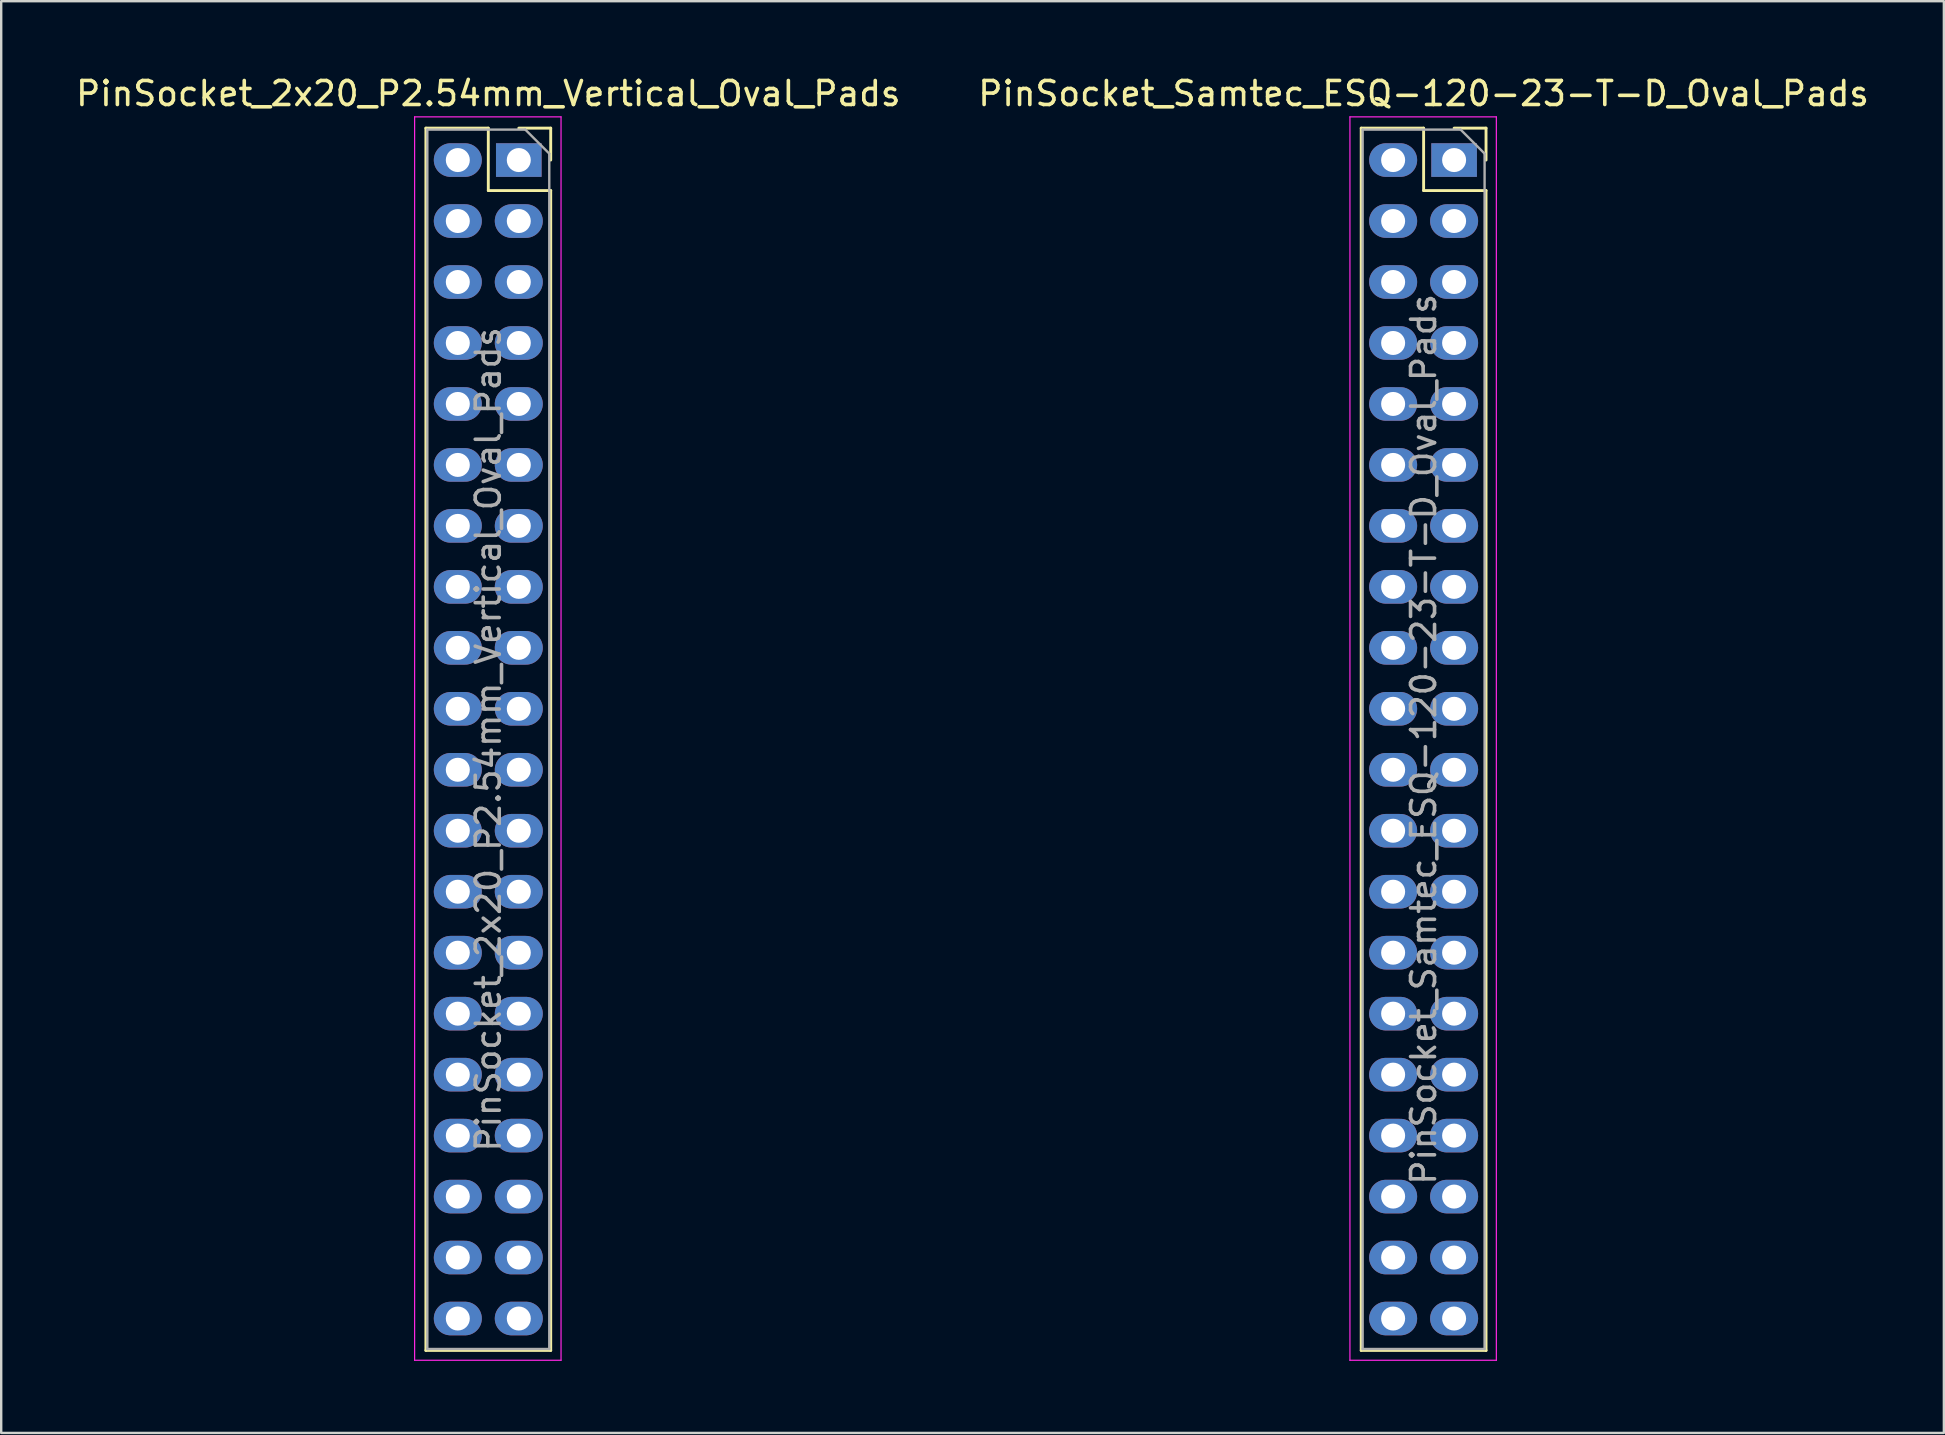
<source format=kicad_pcb>
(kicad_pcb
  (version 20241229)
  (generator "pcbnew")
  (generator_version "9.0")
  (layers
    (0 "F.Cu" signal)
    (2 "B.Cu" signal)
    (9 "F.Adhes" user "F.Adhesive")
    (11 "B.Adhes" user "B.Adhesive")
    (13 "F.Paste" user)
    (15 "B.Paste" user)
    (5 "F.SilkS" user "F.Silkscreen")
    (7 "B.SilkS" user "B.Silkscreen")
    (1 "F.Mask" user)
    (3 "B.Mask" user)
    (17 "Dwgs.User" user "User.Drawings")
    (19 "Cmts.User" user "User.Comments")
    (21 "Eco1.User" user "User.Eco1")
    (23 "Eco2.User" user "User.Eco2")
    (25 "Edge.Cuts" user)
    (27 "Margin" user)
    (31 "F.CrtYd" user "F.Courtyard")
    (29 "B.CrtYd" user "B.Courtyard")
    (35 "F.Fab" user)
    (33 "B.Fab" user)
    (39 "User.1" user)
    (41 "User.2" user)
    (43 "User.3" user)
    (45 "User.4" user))
  (footprint "PinSocket_Samtec_ESQ-120-23-T-D_Oval_Pads"
    (layer "F.Cu")
    (at 57.526 3.618)
    (property "Reference" "PinSocket_Samtec_ESQ-120-23-T-D_Oval_Pads" (at -1.27 -2.77 0) (layer "F.SilkS") (effects (font (size 1 1) (thickness 0.15))))
    (attr through_hole)
    (fp_line (start -3.87 -1.33) (end -3.87 49.59) (stroke (width 0.12) (type solid)) (layer "F.SilkS"))
    (fp_line (start -3.87 -1.33) (end -1.27 -1.33) (stroke (width 0.12) (type solid)) (layer "F.SilkS"))
    (fp_line (start -3.87 49.59) (end 1.33 49.59) (stroke (width 0.12) (type solid)) (layer "F.SilkS"))
    (fp_line (start -1.27 -1.33) (end -1.27 1.27) (stroke (width 0.12) (type solid)) (layer "F.SilkS"))
    (fp_line (start -1.27 1.27) (end 1.33 1.27) (stroke (width 0.12) (type solid)) (layer "F.SilkS"))
    (fp_line (start 0 -1.33) (end 1.33 -1.33) (stroke (width 0.12) (type solid)) (layer "F.SilkS"))
    (fp_line (start 1.33 -1.33) (end 1.33 0) (stroke (width 0.12) (type solid)) (layer "F.SilkS"))
    (fp_line (start 1.33 1.27) (end 1.33 49.59) (stroke (width 0.12) (type solid)) (layer "F.SilkS"))
    (fp_line (start -4.34 -1.8) (end 1.76 -1.8) (stroke (width 0.05) (type solid)) (layer "F.CrtYd"))
    (fp_line (start -4.34 50) (end -4.34 -1.8) (stroke (width 0.05) (type solid)) (layer "F.CrtYd"))
    (fp_line (start 1.76 -1.8) (end 1.76 50) (stroke (width 0.05) (type solid)) (layer "F.CrtYd"))
    (fp_line (start 1.76 50) (end -4.34 50) (stroke (width 0.05) (type solid)) (layer "F.CrtYd"))
    (fp_line (start -3.81 -1.27) (end 0.27 -1.27) (stroke (width 0.1) (type solid)) (layer "F.Fab"))
    (fp_line (start -3.81 49.53) (end -3.81 -1.27) (stroke (width 0.1) (type solid)) (layer "F.Fab"))
    (fp_line (start 0.27 -1.27) (end 1.27 -0.27) (stroke (width 0.1) (type solid)) (layer "F.Fab"))
    (fp_line (start 1.27 -0.27) (end 1.27 49.53) (stroke (width 0.1) (type solid)) (layer "F.Fab"))
    (fp_line (start 1.27 49.53) (end -3.81 49.53) (stroke (width 0.1) (type solid)) (layer "F.Fab"))
    (fp_text user "${REFERENCE}" (at -1.27 24.13 90) (layer "F.Fab") (effects (font (size 1 1) (thickness 0.15))))
    (pad "1" thru_hole rect (at 0 0) (size 1.9 1.4) (drill 1) (layers "*.Cu" "*.Mask"))
    (pad "2" thru_hole oval (at -2.54 0) (size 2 1.4) (drill 1) (layers "*.Cu" "*.Mask"))
    (pad "3" thru_hole oval (at 0 2.54) (size 2 1.4) (drill 1) (layers "*.Cu" "*.Mask"))
    (pad "4" thru_hole oval (at -2.54 2.54) (size 2 1.4) (drill 1) (layers "*.Cu" "*.Mask"))
    (pad "5" thru_hole oval (at 0 5.08) (size 2 1.4) (drill 1) (layers "*.Cu" "*.Mask"))
    (pad "6" thru_hole oval (at -2.54 5.08) (size 2 1.4) (drill 1) (layers "*.Cu" "*.Mask"))
    (pad "7" thru_hole oval (at 0 7.62) (size 2 1.4) (drill 1) (layers "*.Cu" "*.Mask"))
    (pad "8" thru_hole oval (at -2.54 7.62) (size 2 1.4) (drill 1) (layers "*.Cu" "*.Mask"))
    (pad "9" thru_hole oval (at 0 10.16) (size 2 1.4) (drill 1) (layers "*.Cu" "*.Mask"))
    (pad "10" thru_hole oval (at -2.54 10.16) (size 2 1.4) (drill 1) (layers "*.Cu" "*.Mask"))
    (pad "11" thru_hole oval (at 0 12.7) (size 2 1.4) (drill 1) (layers "*.Cu" "*.Mask"))
    (pad "12" thru_hole oval (at -2.54 12.7) (size 2 1.4) (drill 1) (layers "*.Cu" "*.Mask"))
    (pad "13" thru_hole oval (at 0 15.24) (size 2 1.4) (drill 1) (layers "*.Cu" "*.Mask"))
    (pad "14" thru_hole oval (at -2.54 15.24) (size 2 1.4) (drill 1) (layers "*.Cu" "*.Mask"))
    (pad "15" thru_hole oval (at 0 17.78) (size 2 1.4) (drill 1) (layers "*.Cu" "*.Mask"))
    (pad "16" thru_hole oval (at -2.54 17.78) (size 2 1.4) (drill 1) (layers "*.Cu" "*.Mask"))
    (pad "17" thru_hole oval (at 0 20.32) (size 2 1.4) (drill 1) (layers "*.Cu" "*.Mask"))
    (pad "18" thru_hole oval (at -2.54 20.32) (size 2 1.4) (drill 1) (layers "*.Cu" "*.Mask"))
    (pad "19" thru_hole oval (at 0 22.86) (size 2 1.4) (drill 1) (layers "*.Cu" "*.Mask"))
    (pad "20" thru_hole oval (at -2.54 22.86) (size 2 1.4) (drill 1) (layers "*.Cu" "*.Mask"))
    (pad "21" thru_hole oval (at 0 25.4) (size 2 1.4) (drill 1) (layers "*.Cu" "*.Mask"))
    (pad "22" thru_hole oval (at -2.54 25.4) (size 2 1.4) (drill 1) (layers "*.Cu" "*.Mask"))
    (pad "23" thru_hole oval (at 0 27.94) (size 2 1.4) (drill 1) (layers "*.Cu" "*.Mask"))
    (pad "24" thru_hole oval (at -2.54 27.94) (size 2 1.4) (drill 1) (layers "*.Cu" "*.Mask"))
    (pad "25" thru_hole oval (at 0 30.48) (size 2 1.4) (drill 1) (layers "*.Cu" "*.Mask"))
    (pad "26" thru_hole oval (at -2.54 30.48) (size 2 1.4) (drill 1) (layers "*.Cu" "*.Mask"))
    (pad "27" thru_hole oval (at 0 33.02) (size 2 1.4) (drill 1) (layers "*.Cu" "*.Mask"))
    (pad "28" thru_hole oval (at -2.54 33.02) (size 2 1.4) (drill 1) (layers "*.Cu" "*.Mask"))
    (pad "29" thru_hole oval (at 0 35.56) (size 2 1.4) (drill 1) (layers "*.Cu" "*.Mask"))
    (pad "30" thru_hole oval (at -2.54 35.56) (size 2 1.4) (drill 1) (layers "*.Cu" "*.Mask"))
    (pad "31" thru_hole oval (at 0 38.1) (size 2 1.4) (drill 1) (layers "*.Cu" "*.Mask"))
    (pad "32" thru_hole oval (at -2.54 38.1) (size 2 1.4) (drill 1) (layers "*.Cu" "*.Mask"))
    (pad "33" thru_hole oval (at 0 40.64) (size 2 1.4) (drill 1) (layers "*.Cu" "*.Mask"))
    (pad "34" thru_hole oval (at -2.54 40.64) (size 2 1.4) (drill 1) (layers "*.Cu" "*.Mask"))
    (pad "35" thru_hole oval (at 0 43.18) (size 2 1.4) (drill 1) (layers "*.Cu" "*.Mask"))
    (pad "36" thru_hole oval (at -2.54 43.18) (size 2 1.4) (drill 1) (layers "*.Cu" "*.Mask"))
    (pad "37" thru_hole oval (at 0 45.72) (size 2 1.4) (drill 1) (layers "*.Cu" "*.Mask"))
    (pad "38" thru_hole oval (at -2.54 45.72) (size 2 1.4) (drill 1) (layers "*.Cu" "*.Mask"))
    (pad "39" thru_hole oval (at 0 48.26) (size 2 1.4) (drill 1) (layers "*.Cu" "*.Mask"))
    (pad "40" thru_hole oval (at -2.54 48.26) (size 2 1.4) (drill 1) (layers "*.Cu" "*.Mask")))
  (footprint "PinSocket_2x20_P2.54mm_Vertical_Oval_Pads"
    (layer "F.Cu")
    (at 18.562 3.618)
    (property "Reference" "PinSocket_2x20_P2.54mm_Vertical_Oval_Pads" (at -1.27 -2.77 0) (layer "F.SilkS") (effects (font (size 1 1) (thickness 0.15))))
    (attr through_hole)
    (fp_line (start -3.87 -1.33) (end -3.87 49.59) (stroke (width 0.12) (type solid)) (layer "F.SilkS"))
    (fp_line (start -3.87 -1.33) (end -1.27 -1.33) (stroke (width 0.12) (type solid)) (layer "F.SilkS"))
    (fp_line (start -3.87 49.59) (end 1.33 49.59) (stroke (width 0.12) (type solid)) (layer "F.SilkS"))
    (fp_line (start -1.27 -1.33) (end -1.27 1.27) (stroke (width 0.12) (type solid)) (layer "F.SilkS"))
    (fp_line (start -1.27 1.27) (end 1.33 1.27) (stroke (width 0.12) (type solid)) (layer "F.SilkS"))
    (fp_line (start 0 -1.33) (end 1.33 -1.33) (stroke (width 0.12) (type solid)) (layer "F.SilkS"))
    (fp_line (start 1.33 -1.33) (end 1.33 0) (stroke (width 0.12) (type solid)) (layer "F.SilkS"))
    (fp_line (start 1.33 1.27) (end 1.33 49.59) (stroke (width 0.12) (type solid)) (layer "F.SilkS"))
    (fp_line (start -4.34 -1.8) (end 1.76 -1.8) (stroke (width 0.05) (type solid)) (layer "F.CrtYd"))
    (fp_line (start -4.34 50) (end -4.34 -1.8) (stroke (width 0.05) (type solid)) (layer "F.CrtYd"))
    (fp_line (start 1.76 -1.8) (end 1.76 50) (stroke (width 0.05) (type solid)) (layer "F.CrtYd"))
    (fp_line (start 1.76 50) (end -4.34 50) (stroke (width 0.05) (type solid)) (layer "F.CrtYd"))
    (fp_line (start -3.81 -1.27) (end 0.27 -1.27) (stroke (width 0.1) (type solid)) (layer "F.Fab"))
    (fp_line (start -3.81 49.53) (end -3.81 -1.27) (stroke (width 0.1) (type solid)) (layer "F.Fab"))
    (fp_line (start 0.27 -1.27) (end 1.27 -0.27) (stroke (width 0.1) (type solid)) (layer "F.Fab"))
    (fp_line (start 1.27 -0.27) (end 1.27 49.53) (stroke (width 0.1) (type solid)) (layer "F.Fab"))
    (fp_line (start 1.27 49.53) (end -3.81 49.53) (stroke (width 0.1) (type solid)) (layer "F.Fab"))
    (fp_text user "${REFERENCE}" (at -1.27 24.13 90) (layer "F.Fab") (effects (font (size 1 1) (thickness 0.15))))
    (pad "1" thru_hole rect (at 0 0) (size 1.9 1.4) (drill 1) (layers "*.Cu" "*.Mask"))
    (pad "2" thru_hole oval (at -2.54 0) (size 2 1.4) (drill 1) (layers "*.Cu" "*.Mask"))
    (pad "3" thru_hole oval (at 0 2.54) (size 2 1.4) (drill 1) (layers "*.Cu" "*.Mask"))
    (pad "4" thru_hole oval (at -2.54 2.54) (size 2 1.4) (drill 1) (layers "*.Cu" "*.Mask"))
    (pad "5" thru_hole oval (at 0 5.08) (size 2 1.4) (drill 1) (layers "*.Cu" "*.Mask"))
    (pad "6" thru_hole oval (at -2.54 5.08) (size 2 1.4) (drill 1) (layers "*.Cu" "*.Mask"))
    (pad "7" thru_hole oval (at 0 7.62) (size 2 1.4) (drill 1) (layers "*.Cu" "*.Mask"))
    (pad "8" thru_hole oval (at -2.54 7.62) (size 2 1.4) (drill 1) (layers "*.Cu" "*.Mask"))
    (pad "9" thru_hole oval (at 0 10.16) (size 2 1.4) (drill 1) (layers "*.Cu" "*.Mask"))
    (pad "10" thru_hole oval (at -2.54 10.16) (size 2 1.4) (drill 1) (layers "*.Cu" "*.Mask"))
    (pad "11" thru_hole oval (at 0 12.7) (size 2 1.4) (drill 1) (layers "*.Cu" "*.Mask"))
    (pad "12" thru_hole oval (at -2.54 12.7) (size 2 1.4) (drill 1) (layers "*.Cu" "*.Mask"))
    (pad "13" thru_hole oval (at 0 15.24) (size 2 1.4) (drill 1) (layers "*.Cu" "*.Mask"))
    (pad "14" thru_hole oval (at -2.54 15.24) (size 2 1.4) (drill 1) (layers "*.Cu" "*.Mask"))
    (pad "15" thru_hole oval (at 0 17.78) (size 2 1.4) (drill 1) (layers "*.Cu" "*.Mask"))
    (pad "16" thru_hole oval (at -2.54 17.78) (size 2 1.4) (drill 1) (layers "*.Cu" "*.Mask"))
    (pad "17" thru_hole oval (at 0 20.32) (size 2 1.4) (drill 1) (layers "*.Cu" "*.Mask"))
    (pad "18" thru_hole oval (at -2.54 20.32) (size 2 1.4) (drill 1) (layers "*.Cu" "*.Mask"))
    (pad "19" thru_hole oval (at 0 22.86) (size 2 1.4) (drill 1) (layers "*.Cu" "*.Mask"))
    (pad "20" thru_hole oval (at -2.54 22.86) (size 2 1.4) (drill 1) (layers "*.Cu" "*.Mask"))
    (pad "21" thru_hole oval (at 0 25.4) (size 2 1.4) (drill 1) (layers "*.Cu" "*.Mask"))
    (pad "22" thru_hole oval (at -2.54 25.4) (size 2 1.4) (drill 1) (layers "*.Cu" "*.Mask"))
    (pad "23" thru_hole oval (at 0 27.94) (size 2 1.4) (drill 1) (layers "*.Cu" "*.Mask"))
    (pad "24" thru_hole oval (at -2.54 27.94) (size 2 1.4) (drill 1) (layers "*.Cu" "*.Mask"))
    (pad "25" thru_hole oval (at 0 30.48) (size 2 1.4) (drill 1) (layers "*.Cu" "*.Mask"))
    (pad "26" thru_hole oval (at -2.54 30.48) (size 2 1.4) (drill 1) (layers "*.Cu" "*.Mask"))
    (pad "27" thru_hole oval (at 0 33.02) (size 2 1.4) (drill 1) (layers "*.Cu" "*.Mask"))
    (pad "28" thru_hole oval (at -2.54 33.02) (size 2 1.4) (drill 1) (layers "*.Cu" "*.Mask"))
    (pad "29" thru_hole oval (at 0 35.56) (size 2 1.4) (drill 1) (layers "*.Cu" "*.Mask"))
    (pad "30" thru_hole oval (at -2.54 35.56) (size 2 1.4) (drill 1) (layers "*.Cu" "*.Mask"))
    (pad "31" thru_hole oval (at 0 38.1) (size 2 1.4) (drill 1) (layers "*.Cu" "*.Mask"))
    (pad "32" thru_hole oval (at -2.54 38.1) (size 2 1.4) (drill 1) (layers "*.Cu" "*.Mask"))
    (pad "33" thru_hole oval (at 0 40.64) (size 2 1.4) (drill 1) (layers "*.Cu" "*.Mask"))
    (pad "34" thru_hole oval (at -2.54 40.64) (size 2 1.4) (drill 1) (layers "*.Cu" "*.Mask"))
    (pad "35" thru_hole oval (at 0 43.18) (size 2 1.4) (drill 1) (layers "*.Cu" "*.Mask"))
    (pad "36" thru_hole oval (at -2.54 43.18) (size 2 1.4) (drill 1) (layers "*.Cu" "*.Mask"))
    (pad "37" thru_hole oval (at 0 45.72) (size 2 1.4) (drill 1) (layers "*.Cu" "*.Mask"))
    (pad "38" thru_hole oval (at -2.54 45.72) (size 2 1.4) (drill 1) (layers "*.Cu" "*.Mask"))
    (pad "39" thru_hole oval (at 0 48.26) (size 2 1.4) (drill 1) (layers "*.Cu" "*.Mask"))
    (pad "40" thru_hole oval (at -2.54 48.26) (size 2 1.4) (drill 1) (layers "*.Cu" "*.Mask")))
  (gr_rect
    (start -3 -3)
    (end 77.929 56.643)
    (stroke (width 0.1) (type default))
    (fill no)
    (layer "Edge.Cuts")))
</source>
